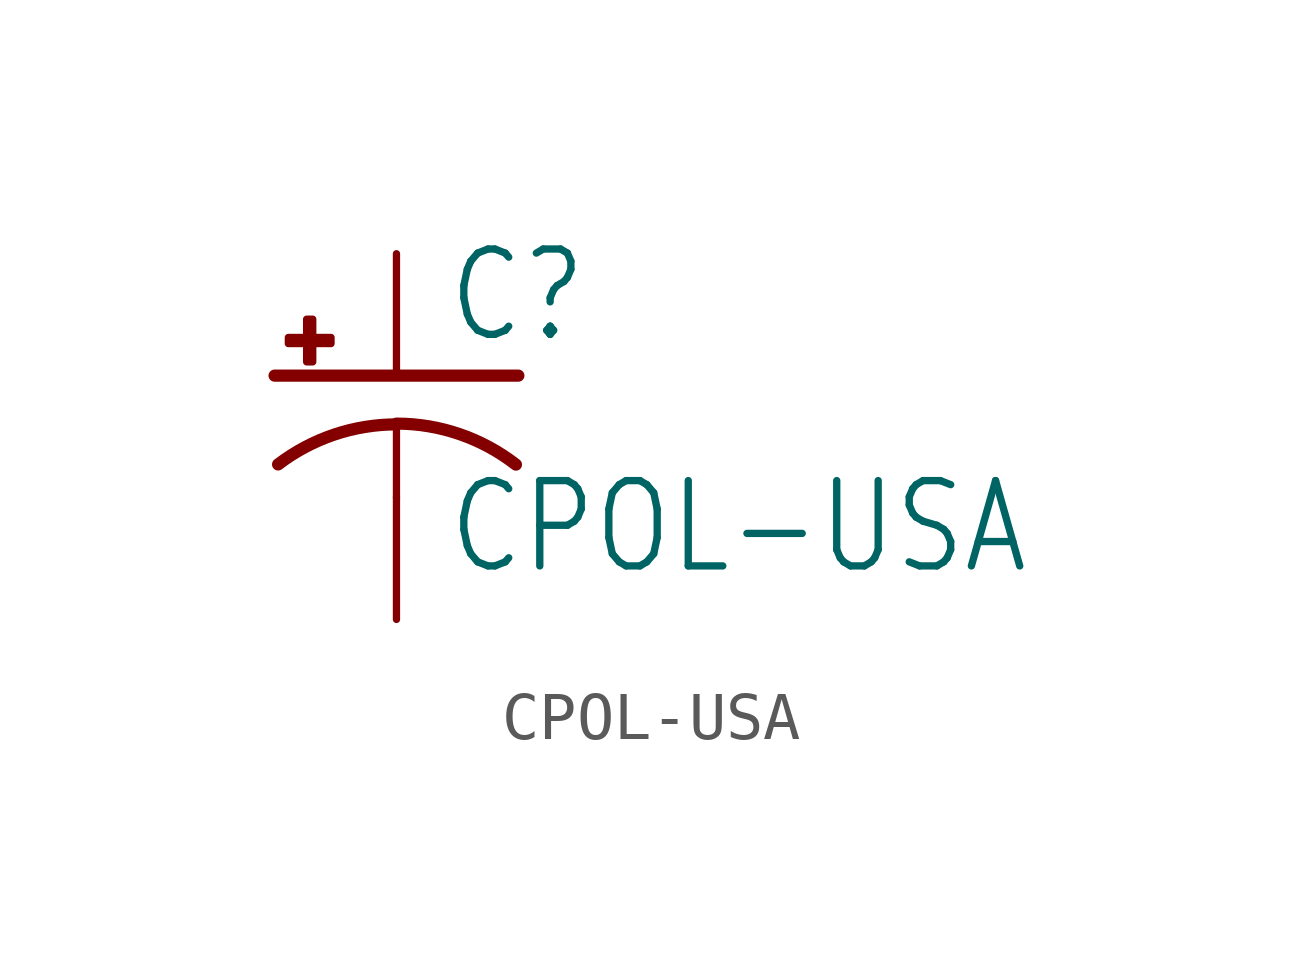
<source format=kicad_sym>
(kicad_symbol_lib
  (version 20220331)
  (generator kicad_symbol_editor)
  (symbol "CPOL-USA"
    (property "Reference" "C"
      (at 1.016 0.635 0)
      (effects (font (size 1.778 1.511)) (justify left bottom)))
    (property "Value" "CPOL-USA"
      (at 1.016 -4.191 0)
      (effects (font (size 1.778 1.511)) (justify left bottom)))
    (property "ki_locked" ""
      (at 0 0 0)
      (effects (font (size 1.27 1.27))))
    (symbol "CPOL-USA_1_0"
      (rectangle (start -2.253 0.668) (end -1.364 0.795) (stroke (width 0) (type default)) (fill (type outline)))
      (rectangle (start -1.872 0.287) (end -1.745 1.176) (stroke (width 0) (type default)) (fill (type outline)))
      (arc (start 0 -1.0161) (mid -1.3021 -1.2302) (end -2.4669 -1.8504) (stroke (width 0.254) (type solid)) (fill (type none)))
      (polyline (pts (xy -2.54 0) (xy 2.54 0)) (stroke (width 0.254) (type solid)) (fill (type none)))
      (polyline (pts (xy 0 -1.016) (xy 0 -2.54)) (stroke (width 0.152) (type solid)) (fill (type none)))
      (arc (start 2.4892 -1.8542) (mid 1.3158 -1.2195) (end 0 -1) (stroke (width 0.254) (type solid)) (fill (type none)))
      (pin passive line (at 0 2.54 270) (length 2.54) (name "+" (effects (font (size 0 0)))) (number "+" (effects (font (size 0 0)))))
      (pin passive line (at 0 -5.08 90) (length 2.54) (name "-" (effects (font (size 0 0)))) (number "-" (effects (font (size 0 0))))))))
</source>
